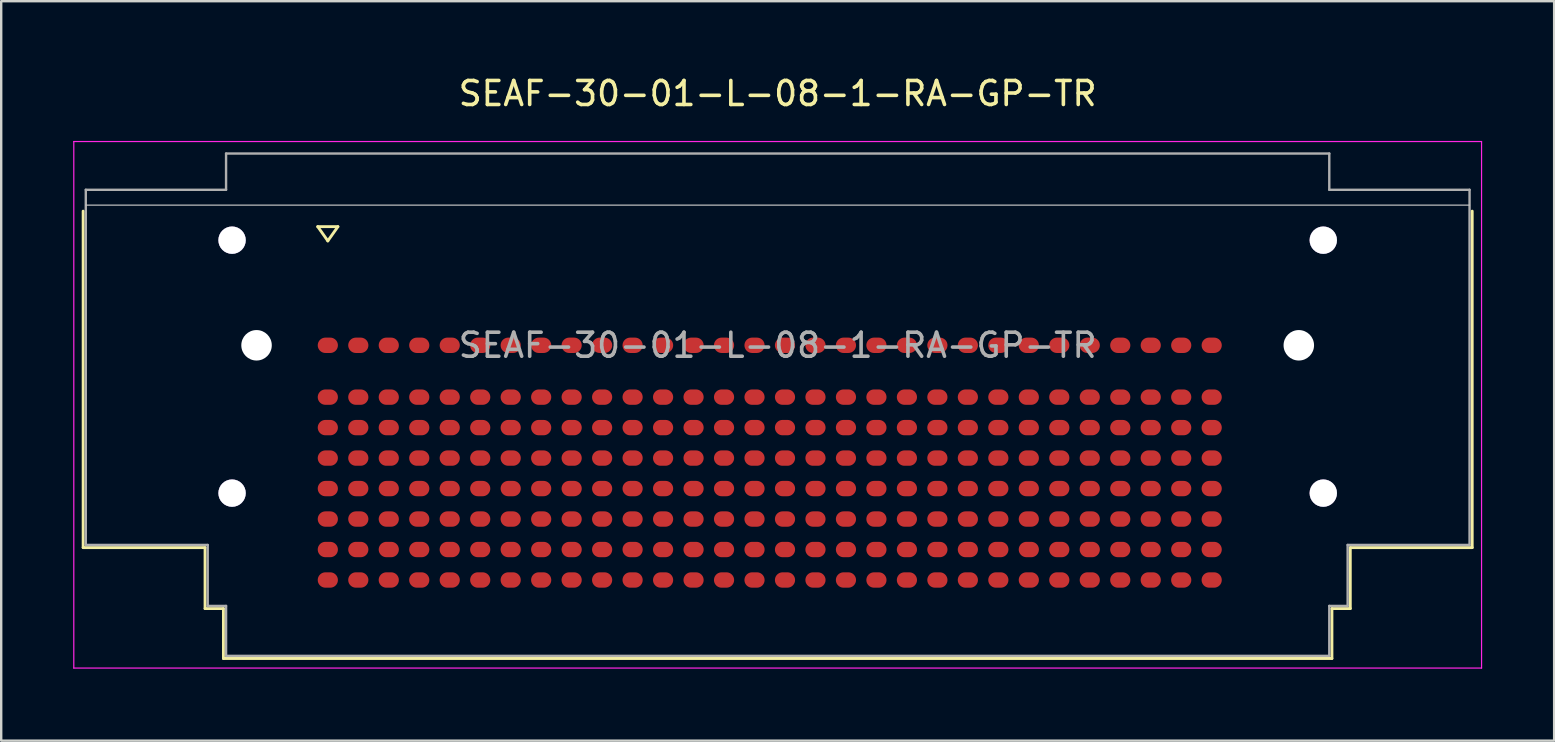
<source format=kicad_pcb>
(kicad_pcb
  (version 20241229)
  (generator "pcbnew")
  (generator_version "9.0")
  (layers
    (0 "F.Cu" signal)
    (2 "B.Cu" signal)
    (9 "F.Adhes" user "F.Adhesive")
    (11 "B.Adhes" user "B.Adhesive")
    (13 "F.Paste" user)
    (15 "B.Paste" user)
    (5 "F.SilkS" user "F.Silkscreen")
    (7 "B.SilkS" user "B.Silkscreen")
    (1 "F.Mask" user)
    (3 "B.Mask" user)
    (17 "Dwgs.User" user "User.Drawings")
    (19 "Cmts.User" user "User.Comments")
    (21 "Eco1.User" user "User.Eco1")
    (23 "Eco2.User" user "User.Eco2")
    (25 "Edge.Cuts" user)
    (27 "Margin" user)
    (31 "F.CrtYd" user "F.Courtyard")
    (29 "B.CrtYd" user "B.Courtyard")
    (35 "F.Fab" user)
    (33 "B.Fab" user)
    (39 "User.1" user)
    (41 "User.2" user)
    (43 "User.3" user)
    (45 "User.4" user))
  (footprint "SEAF-30-01-L-08-1-RA-GP-TR"
    (layer "F.Cu")
    (at 29.355 11.338)
    (property "Reference" "SEAF-30-01-L-08-1-RA-GP-TR" (at 0 -10.49 0) (layer "F.SilkS") (effects (font (size 1 1) (thickness 0.15))))
    (attr smd)
    (fp_line (start -28.94 -5.59) (end -28.94 8.43) (stroke (width 0.12) (type solid)) (layer "F.SilkS"))
    (fp_line (start -28.94 8.43) (end -23.86 8.43) (stroke (width 0.12) (type solid)) (layer "F.SilkS"))
    (fp_line (start -23.86 8.43) (end -23.86 10.97) (stroke (width 0.12) (type solid)) (layer "F.SilkS"))
    (fp_line (start -23.86 10.97) (end -23.095 10.97) (stroke (width 0.12) (type solid)) (layer "F.SilkS"))
    (fp_line (start -23.095 10.97) (end -23.095 13.05) (stroke (width 0.12) (type solid)) (layer "F.SilkS"))
    (fp_line (start -23.095 13.05) (end 23.095 13.05) (stroke (width 0.12) (type solid)) (layer "F.SilkS"))
    (fp_line (start -19.165 -4.944) (end -18.325 -4.944) (stroke (width 0.12) (type solid)) (layer "F.SilkS"))
    (fp_line (start -18.745 -4.35) (end -19.165 -4.944) (stroke (width 0.12) (type solid)) (layer "F.SilkS"))
    (fp_line (start -18.325 -4.944) (end -18.745 -4.35) (stroke (width 0.12) (type solid)) (layer "F.SilkS"))
    (fp_line (start 23.095 10.97) (end 23.86 10.97) (stroke (width 0.12) (type solid)) (layer "F.SilkS"))
    (fp_line (start 23.095 13.05) (end 23.095 10.97) (stroke (width 0.12) (type solid)) (layer "F.SilkS"))
    (fp_line (start 23.86 8.43) (end 28.94 8.43) (stroke (width 0.12) (type solid)) (layer "F.SilkS"))
    (fp_line (start 23.86 10.97) (end 23.86 8.43) (stroke (width 0.12) (type solid)) (layer "F.SilkS"))
    (fp_line (start 28.94 8.43) (end 28.94 -5.59) (stroke (width 0.12) (type solid)) (layer "F.SilkS"))
    (fp_line (start -28.83 -5.84) (end 28.83 -5.84) (stroke (width 0.05) (type solid)) (layer "Dwgs.User"))
    (fp_line (start -29.33 -8.49) (end -29.33 13.45) (stroke (width 0.05) (type solid)) (layer "F.CrtYd"))
    (fp_line (start -29.33 13.45) (end 29.33 13.45) (stroke (width 0.05) (type solid)) (layer "F.CrtYd"))
    (fp_line (start 29.33 -8.49) (end -29.33 -8.49) (stroke (width 0.05) (type solid)) (layer "F.CrtYd"))
    (fp_line (start 29.33 13.45) (end 29.33 -8.49) (stroke (width 0.05) (type solid)) (layer "F.CrtYd"))
    (fp_line (start -28.83 -6.48) (end -22.985 -6.48) (stroke (width 0.1) (type solid)) (layer "F.Fab"))
    (fp_line (start -28.83 8.32) (end -28.83 -6.48) (stroke (width 0.1) (type solid)) (layer "F.Fab"))
    (fp_line (start -23.75 8.32) (end -28.83 8.32) (stroke (width 0.1) (type solid)) (layer "F.Fab"))
    (fp_line (start -23.75 10.86) (end -23.75 8.32) (stroke (width 0.1) (type solid)) (layer "F.Fab"))
    (fp_line (start -22.985 -7.99) (end 22.985 -7.99) (stroke (width 0.1) (type solid)) (layer "F.Fab"))
    (fp_line (start -22.985 -6.48) (end -22.985 -7.99) (stroke (width 0.1) (type solid)) (layer "F.Fab"))
    (fp_line (start -22.985 10.86) (end -23.75 10.86) (stroke (width 0.1) (type solid)) (layer "F.Fab"))
    (fp_line (start -22.985 12.94) (end -22.985 10.86) (stroke (width 0.1) (type solid)) (layer "F.Fab"))
    (fp_line (start 22.985 -7.99) (end 22.985 -6.48) (stroke (width 0.1) (type solid)) (layer "F.Fab"))
    (fp_line (start 22.985 -6.48) (end 28.83 -6.48) (stroke (width 0.1) (type solid)) (layer "F.Fab"))
    (fp_line (start 22.985 10.86) (end 22.985 12.94) (stroke (width 0.1) (type solid)) (layer "F.Fab"))
    (fp_line (start 22.985 12.94) (end -22.985 12.94) (stroke (width 0.1) (type solid)) (layer "F.Fab"))
    (fp_line (start 23.75 8.32) (end 23.75 10.86) (stroke (width 0.1) (type solid)) (layer "F.Fab"))
    (fp_line (start 23.75 10.86) (end 22.985 10.86) (stroke (width 0.1) (type solid)) (layer "F.Fab"))
    (fp_line (start 28.83 -6.48) (end 28.83 8.32) (stroke (width 0.1) (type solid)) (layer "F.Fab"))
    (fp_line (start 28.83 8.32) (end 23.75 8.32) (stroke (width 0.1) (type solid)) (layer "F.Fab"))
    (fp_text user "${REFERENCE}" (at 0 0 0) (layer "F.Fab") (effects (font (size 1 1) (thickness 0.15))))
    (pad "" thru_hole circle (at -22.735 -4.38) (size 1.14 1.14) (drill 1.14) (layers "*.Cu" "*.Mask"))
    (pad "" thru_hole circle (at -22.735 6.16) (size 1.14 1.14) (drill 1.14) (layers "*.Cu" "*.Mask"))
    (pad "" np_thru_hole circle (at -21.715 0) (size 1.27 1.27) (drill 1.27) (layers "*.Cu" "*.Mask"))
    (pad "" smd oval (at -18.745 0) (size 0.98 0.89) (layers "F.Paste"))
    (pad "" smd oval (at -18.745 2.16) (size 0.98 0.89) (layers "F.Paste"))
    (pad "" smd oval (at -18.745 3.43) (size 0.98 0.89) (layers "F.Paste"))
    (pad "" smd oval (at -18.745 4.7) (size 0.98 0.89) (layers "F.Paste"))
    (pad "" smd oval (at -18.745 5.97) (size 0.98 0.89) (layers "F.Paste"))
    (pad "" smd oval (at -18.745 7.24) (size 0.98 0.89) (layers "F.Paste"))
    (pad "" smd oval (at -18.745 8.51) (size 0.98 0.89) (layers "F.Paste"))
    (pad "" smd oval (at -18.745 9.78) (size 0.98 0.89) (layers "F.Paste"))
    (pad "" smd oval (at -17.475 0) (size 0.98 0.89) (layers "F.Paste"))
    (pad "" smd oval (at -17.475 2.16) (size 0.98 0.89) (layers "F.Paste"))
    (pad "" smd oval (at -17.475 3.43) (size 0.98 0.89) (layers "F.Paste"))
    (pad "" smd oval (at -17.475 4.7) (size 0.98 0.89) (layers "F.Paste"))
    (pad "" smd oval (at -17.475 5.97) (size 0.98 0.89) (layers "F.Paste"))
    (pad "" smd oval (at -17.475 7.24) (size 0.98 0.89) (layers "F.Paste"))
    (pad "" smd oval (at -17.475 8.51) (size 0.98 0.89) (layers "F.Paste"))
    (pad "" smd oval (at -17.475 9.78) (size 0.98 0.89) (layers "F.Paste"))
    (pad "" smd oval (at -16.205 0) (size 0.98 0.89) (layers "F.Paste"))
    (pad "" smd oval (at -16.205 2.16) (size 0.98 0.89) (layers "F.Paste"))
    (pad "" smd oval (at -16.205 3.43) (size 0.98 0.89) (layers "F.Paste"))
    (pad "" smd oval (at -16.205 4.7) (size 0.98 0.89) (layers "F.Paste"))
    (pad "" smd oval (at -16.205 5.97) (size 0.98 0.89) (layers "F.Paste"))
    (pad "" smd oval (at -16.205 7.24) (size 0.98 0.89) (layers "F.Paste"))
    (pad "" smd oval (at -16.205 8.51) (size 0.98 0.89) (layers "F.Paste"))
    (pad "" smd oval (at -16.205 9.78) (size 0.98 0.89) (layers "F.Paste"))
    (pad "" smd oval (at -14.935 0) (size 0.98 0.89) (layers "F.Paste"))
    (pad "" smd oval (at -14.935 2.16) (size 0.98 0.89) (layers "F.Paste"))
    (pad "" smd oval (at -14.935 3.43) (size 0.98 0.89) (layers "F.Paste"))
    (pad "" smd oval (at -14.935 4.7) (size 0.98 0.89) (layers "F.Paste"))
    (pad "" smd oval (at -14.935 5.97) (size 0.98 0.89) (layers "F.Paste"))
    (pad "" smd oval (at -14.935 7.24) (size 0.98 0.89) (layers "F.Paste"))
    (pad "" smd oval (at -14.935 8.51) (size 0.98 0.89) (layers "F.Paste"))
    (pad "" smd oval (at -14.935 9.78) (size 0.98 0.89) (layers "F.Paste"))
    (pad "" smd oval (at -13.665 0) (size 0.98 0.89) (layers "F.Paste"))
    (pad "" smd oval (at -13.665 2.16) (size 0.98 0.89) (layers "F.Paste"))
    (pad "" smd oval (at -13.665 3.43) (size 0.98 0.89) (layers "F.Paste"))
    (pad "" smd oval (at -13.665 4.7) (size 0.98 0.89) (layers "F.Paste"))
    (pad "" smd oval (at -13.665 5.97) (size 0.98 0.89) (layers "F.Paste"))
    (pad "" smd oval (at -13.665 7.24) (size 0.98 0.89) (layers "F.Paste"))
    (pad "" smd oval (at -13.665 8.51) (size 0.98 0.89) (layers "F.Paste"))
    (pad "" smd oval (at -13.665 9.78) (size 0.98 0.89) (layers "F.Paste"))
    (pad "" smd oval (at -12.395 0) (size 0.98 0.89) (layers "F.Paste"))
    (pad "" smd oval (at -12.395 2.16) (size 0.98 0.89) (layers "F.Paste"))
    (pad "" smd oval (at -12.395 3.43) (size 0.98 0.89) (layers "F.Paste"))
    (pad "" smd oval (at -12.395 4.7) (size 0.98 0.89) (layers "F.Paste"))
    (pad "" smd oval (at -12.395 5.97) (size 0.98 0.89) (layers "F.Paste"))
    (pad "" smd oval (at -12.395 7.24) (size 0.98 0.89) (layers "F.Paste"))
    (pad "" smd oval (at -12.395 8.51) (size 0.98 0.89) (layers "F.Paste"))
    (pad "" smd oval (at -12.395 9.78) (size 0.98 0.89) (layers "F.Paste"))
    (pad "" smd oval (at -11.125 0) (size 0.98 0.89) (layers "F.Paste"))
    (pad "" smd oval (at -11.125 2.16) (size 0.98 0.89) (layers "F.Paste"))
    (pad "" smd oval (at -11.125 3.43) (size 0.98 0.89) (layers "F.Paste"))
    (pad "" smd oval (at -11.125 4.7) (size 0.98 0.89) (layers "F.Paste"))
    (pad "" smd oval (at -11.125 5.97) (size 0.98 0.89) (layers "F.Paste"))
    (pad "" smd oval (at -11.125 7.24) (size 0.98 0.89) (layers "F.Paste"))
    (pad "" smd oval (at -11.125 8.51) (size 0.98 0.89) (layers "F.Paste"))
    (pad "" smd oval (at -11.125 9.78) (size 0.98 0.89) (layers "F.Paste"))
    (pad "" smd oval (at -9.855 0) (size 0.98 0.89) (layers "F.Paste"))
    (pad "" smd oval (at -9.855 2.16) (size 0.98 0.89) (layers "F.Paste"))
    (pad "" smd oval (at -9.855 3.43) (size 0.98 0.89) (layers "F.Paste"))
    (pad "" smd oval (at -9.855 4.7) (size 0.98 0.89) (layers "F.Paste"))
    (pad "" smd oval (at -9.855 5.97) (size 0.98 0.89) (layers "F.Paste"))
    (pad "" smd oval (at -9.855 7.24) (size 0.98 0.89) (layers "F.Paste"))
    (pad "" smd oval (at -9.855 8.51) (size 0.98 0.89) (layers "F.Paste"))
    (pad "" smd oval (at -9.855 9.78) (size 0.98 0.89) (layers "F.Paste"))
    (pad "" smd oval (at -8.585 0) (size 0.98 0.89) (layers "F.Paste"))
    (pad "" smd oval (at -8.585 2.16) (size 0.98 0.89) (layers "F.Paste"))
    (pad "" smd oval (at -8.585 3.43) (size 0.98 0.89) (layers "F.Paste"))
    (pad "" smd oval (at -8.585 4.7) (size 0.98 0.89) (layers "F.Paste"))
    (pad "" smd oval (at -8.585 5.97) (size 0.98 0.89) (layers "F.Paste"))
    (pad "" smd oval (at -8.585 7.24) (size 0.98 0.89) (layers "F.Paste"))
    (pad "" smd oval (at -8.585 8.51) (size 0.98 0.89) (layers "F.Paste"))
    (pad "" smd oval (at -8.585 9.78) (size 0.98 0.89) (layers "F.Paste"))
    (pad "" smd oval (at -7.315 0) (size 0.98 0.89) (layers "F.Paste"))
    (pad "" smd oval (at -7.315 2.16) (size 0.98 0.89) (layers "F.Paste"))
    (pad "" smd oval (at -7.315 3.43) (size 0.98 0.89) (layers "F.Paste"))
    (pad "" smd oval (at -7.315 4.7) (size 0.98 0.89) (layers "F.Paste"))
    (pad "" smd oval (at -7.315 5.97) (size 0.98 0.89) (layers "F.Paste"))
    (pad "" smd oval (at -7.315 7.24) (size 0.98 0.89) (layers "F.Paste"))
    (pad "" smd oval (at -7.315 8.51) (size 0.98 0.89) (layers "F.Paste"))
    (pad "" smd oval (at -7.315 9.78) (size 0.98 0.89) (layers "F.Paste"))
    (pad "" smd oval (at -6.045 0) (size 0.98 0.89) (layers "F.Paste"))
    (pad "" smd oval (at -6.045 2.16) (size 0.98 0.89) (layers "F.Paste"))
    (pad "" smd oval (at -6.045 3.43) (size 0.98 0.89) (layers "F.Paste"))
    (pad "" smd oval (at -6.045 4.7) (size 0.98 0.89) (layers "F.Paste"))
    (pad "" smd oval (at -6.045 5.97) (size 0.98 0.89) (layers "F.Paste"))
    (pad "" smd oval (at -6.045 7.24) (size 0.98 0.89) (layers "F.Paste"))
    (pad "" smd oval (at -6.045 8.51) (size 0.98 0.89) (layers "F.Paste"))
    (pad "" smd oval (at -6.045 9.78) (size 0.98 0.89) (layers "F.Paste"))
    (pad "" smd oval (at -4.775 0) (size 0.98 0.89) (layers "F.Paste"))
    (pad "" smd oval (at -4.775 2.16) (size 0.98 0.89) (layers "F.Paste"))
    (pad "" smd oval (at -4.775 3.43) (size 0.98 0.89) (layers "F.Paste"))
    (pad "" smd oval (at -4.775 4.7) (size 0.98 0.89) (layers "F.Paste"))
    (pad "" smd oval (at -4.775 5.97) (size 0.98 0.89) (layers "F.Paste"))
    (pad "" smd oval (at -4.775 7.24) (size 0.98 0.89) (layers "F.Paste"))
    (pad "" smd oval (at -4.775 8.51) (size 0.98 0.89) (layers "F.Paste"))
    (pad "" smd oval (at -4.775 9.78) (size 0.98 0.89) (layers "F.Paste"))
    (pad "" smd oval (at -3.505 0) (size 0.98 0.89) (layers "F.Paste"))
    (pad "" smd oval (at -3.505 2.16) (size 0.98 0.89) (layers "F.Paste"))
    (pad "" smd oval (at -3.505 3.43) (size 0.98 0.89) (layers "F.Paste"))
    (pad "" smd oval (at -3.505 4.7) (size 0.98 0.89) (layers "F.Paste"))
    (pad "" smd oval (at -3.505 5.97) (size 0.98 0.89) (layers "F.Paste"))
    (pad "" smd oval (at -3.505 7.24) (size 0.98 0.89) (layers "F.Paste"))
    (pad "" smd oval (at -3.505 8.51) (size 0.98 0.89) (layers "F.Paste"))
    (pad "" smd oval (at -3.505 9.78) (size 0.98 0.89) (layers "F.Paste"))
    (pad "" smd oval (at -2.235 0) (size 0.98 0.89) (layers "F.Paste"))
    (pad "" smd oval (at -2.235 2.16) (size 0.98 0.89) (layers "F.Paste"))
    (pad "" smd oval (at -2.235 3.43) (size 0.98 0.89) (layers "F.Paste"))
    (pad "" smd oval (at -2.235 4.7) (size 0.98 0.89) (layers "F.Paste"))
    (pad "" smd oval (at -2.235 5.97) (size 0.98 0.89) (layers "F.Paste"))
    (pad "" smd oval (at -2.235 7.24) (size 0.98 0.89) (layers "F.Paste"))
    (pad "" smd oval (at -2.235 8.51) (size 0.98 0.89) (layers "F.Paste"))
    (pad "" smd oval (at -2.235 9.78) (size 0.98 0.89) (layers "F.Paste"))
    (pad "" smd oval (at -0.965 0) (size 0.98 0.89) (layers "F.Paste"))
    (pad "" smd oval (at -0.965 2.16) (size 0.98 0.89) (layers "F.Paste"))
    (pad "" smd oval (at -0.965 3.43) (size 0.98 0.89) (layers "F.Paste"))
    (pad "" smd oval (at -0.965 4.7) (size 0.98 0.89) (layers "F.Paste"))
    (pad "" smd oval (at -0.965 5.97) (size 0.98 0.89) (layers "F.Paste"))
    (pad "" smd oval (at -0.965 7.24) (size 0.98 0.89) (layers "F.Paste"))
    (pad "" smd oval (at -0.965 8.51) (size 0.98 0.89) (layers "F.Paste"))
    (pad "" smd oval (at -0.965 9.78) (size 0.98 0.89) (layers "F.Paste"))
    (pad "" smd oval (at 0.305 0) (size 0.98 0.89) (layers "F.Paste"))
    (pad "" smd oval (at 0.305 2.16) (size 0.98 0.89) (layers "F.Paste"))
    (pad "" smd oval (at 0.305 3.43) (size 0.98 0.89) (layers "F.Paste"))
    (pad "" smd oval (at 0.305 4.7) (size 0.98 0.89) (layers "F.Paste"))
    (pad "" smd oval (at 0.305 5.97) (size 0.98 0.89) (layers "F.Paste"))
    (pad "" smd oval (at 0.305 7.24) (size 0.98 0.89) (layers "F.Paste"))
    (pad "" smd oval (at 0.305 8.51) (size 0.98 0.89) (layers "F.Paste"))
    (pad "" smd oval (at 0.305 9.78) (size 0.98 0.89) (layers "F.Paste"))
    (pad "" smd oval (at 1.575 0) (size 0.98 0.89) (layers "F.Paste"))
    (pad "" smd oval (at 1.575 2.16) (size 0.98 0.89) (layers "F.Paste"))
    (pad "" smd oval (at 1.575 3.43) (size 0.98 0.89) (layers "F.Paste"))
    (pad "" smd oval (at 1.575 4.7) (size 0.98 0.89) (layers "F.Paste"))
    (pad "" smd oval (at 1.575 5.97) (size 0.98 0.89) (layers "F.Paste"))
    (pad "" smd oval (at 1.575 7.24) (size 0.98 0.89) (layers "F.Paste"))
    (pad "" smd oval (at 1.575 8.51) (size 0.98 0.89) (layers "F.Paste"))
    (pad "" smd oval (at 1.575 9.78) (size 0.98 0.89) (layers "F.Paste"))
    (pad "" smd oval (at 2.845 0) (size 0.98 0.89) (layers "F.Paste"))
    (pad "" smd oval (at 2.845 2.16) (size 0.98 0.89) (layers "F.Paste"))
    (pad "" smd oval (at 2.845 3.43) (size 0.98 0.89) (layers "F.Paste"))
    (pad "" smd oval (at 2.845 4.7) (size 0.98 0.89) (layers "F.Paste"))
    (pad "" smd oval (at 2.845 5.97) (size 0.98 0.89) (layers "F.Paste"))
    (pad "" smd oval (at 2.845 7.24) (size 0.98 0.89) (layers "F.Paste"))
    (pad "" smd oval (at 2.845 8.51) (size 0.98 0.89) (layers "F.Paste"))
    (pad "" smd oval (at 2.845 9.78) (size 0.98 0.89) (layers "F.Paste"))
    (pad "" smd oval (at 4.115 0) (size 0.98 0.89) (layers "F.Paste"))
    (pad "" smd oval (at 4.115 2.16) (size 0.98 0.89) (layers "F.Paste"))
    (pad "" smd oval (at 4.115 3.43) (size 0.98 0.89) (layers "F.Paste"))
    (pad "" smd oval (at 4.115 4.7) (size 0.98 0.89) (layers "F.Paste"))
    (pad "" smd oval (at 4.115 5.97) (size 0.98 0.89) (layers "F.Paste"))
    (pad "" smd oval (at 4.115 7.24) (size 0.98 0.89) (layers "F.Paste"))
    (pad "" smd oval (at 4.115 8.51) (size 0.98 0.89) (layers "F.Paste"))
    (pad "" smd oval (at 4.115 9.78) (size 0.98 0.89) (layers "F.Paste"))
    (pad "" smd oval (at 5.385 0) (size 0.98 0.89) (layers "F.Paste"))
    (pad "" smd oval (at 5.385 2.16) (size 0.98 0.89) (layers "F.Paste"))
    (pad "" smd oval (at 5.385 3.43) (size 0.98 0.89) (layers "F.Paste"))
    (pad "" smd oval (at 5.385 4.7) (size 0.98 0.89) (layers "F.Paste"))
    (pad "" smd oval (at 5.385 5.97) (size 0.98 0.89) (layers "F.Paste"))
    (pad "" smd oval (at 5.385 7.24) (size 0.98 0.89) (layers "F.Paste"))
    (pad "" smd oval (at 5.385 8.51) (size 0.98 0.89) (layers "F.Paste"))
    (pad "" smd oval (at 5.385 9.78) (size 0.98 0.89) (layers "F.Paste"))
    (pad "" smd oval (at 6.655 0) (size 0.98 0.89) (layers "F.Paste"))
    (pad "" smd oval (at 6.655 2.16) (size 0.98 0.89) (layers "F.Paste"))
    (pad "" smd oval (at 6.655 3.43) (size 0.98 0.89) (layers "F.Paste"))
    (pad "" smd oval (at 6.655 4.7) (size 0.98 0.89) (layers "F.Paste"))
    (pad "" smd oval (at 6.655 5.97) (size 0.98 0.89) (layers "F.Paste"))
    (pad "" smd oval (at 6.655 7.24) (size 0.98 0.89) (layers "F.Paste"))
    (pad "" smd oval (at 6.655 8.51) (size 0.98 0.89) (layers "F.Paste"))
    (pad "" smd oval (at 6.655 9.78) (size 0.98 0.89) (layers "F.Paste"))
    (pad "" smd oval (at 7.925 0) (size 0.98 0.89) (layers "F.Paste"))
    (pad "" smd oval (at 7.925 2.16) (size 0.98 0.89) (layers "F.Paste"))
    (pad "" smd oval (at 7.925 3.43) (size 0.98 0.89) (layers "F.Paste"))
    (pad "" smd oval (at 7.925 4.7) (size 0.98 0.89) (layers "F.Paste"))
    (pad "" smd oval (at 7.925 5.97) (size 0.98 0.89) (layers "F.Paste"))
    (pad "" smd oval (at 7.925 7.24) (size 0.98 0.89) (layers "F.Paste"))
    (pad "" smd oval (at 7.925 8.51) (size 0.98 0.89) (layers "F.Paste"))
    (pad "" smd oval (at 7.925 9.78) (size 0.98 0.89) (layers "F.Paste"))
    (pad "" smd oval (at 9.195 0) (size 0.98 0.89) (layers "F.Paste"))
    (pad "" smd oval (at 9.195 2.16) (size 0.98 0.89) (layers "F.Paste"))
    (pad "" smd oval (at 9.195 3.43) (size 0.98 0.89) (layers "F.Paste"))
    (pad "" smd oval (at 9.195 4.7) (size 0.98 0.89) (layers "F.Paste"))
    (pad "" smd oval (at 9.195 5.97) (size 0.98 0.89) (layers "F.Paste"))
    (pad "" smd oval (at 9.195 7.24) (size 0.98 0.89) (layers "F.Paste"))
    (pad "" smd oval (at 9.195 8.51) (size 0.98 0.89) (layers "F.Paste"))
    (pad "" smd oval (at 9.195 9.78) (size 0.98 0.89) (layers "F.Paste"))
    (pad "" smd oval (at 10.465 0) (size 0.98 0.89) (layers "F.Paste"))
    (pad "" smd oval (at 10.465 2.16) (size 0.98 0.89) (layers "F.Paste"))
    (pad "" smd oval (at 10.465 3.43) (size 0.98 0.89) (layers "F.Paste"))
    (pad "" smd oval (at 10.465 4.7) (size 0.98 0.89) (layers "F.Paste"))
    (pad "" smd oval (at 10.465 5.97) (size 0.98 0.89) (layers "F.Paste"))
    (pad "" smd oval (at 10.465 7.24) (size 0.98 0.89) (layers "F.Paste"))
    (pad "" smd oval (at 10.465 8.51) (size 0.98 0.89) (layers "F.Paste"))
    (pad "" smd oval (at 10.465 9.78) (size 0.98 0.89) (layers "F.Paste"))
    (pad "" smd oval (at 11.735 0) (size 0.98 0.89) (layers "F.Paste"))
    (pad "" smd oval (at 11.735 2.16) (size 0.98 0.89) (layers "F.Paste"))
    (pad "" smd oval (at 11.735 3.43) (size 0.98 0.89) (layers "F.Paste"))
    (pad "" smd oval (at 11.735 4.7) (size 0.98 0.89) (layers "F.Paste"))
    (pad "" smd oval (at 11.735 5.97) (size 0.98 0.89) (layers "F.Paste"))
    (pad "" smd oval (at 11.735 7.24) (size 0.98 0.89) (layers "F.Paste"))
    (pad "" smd oval (at 11.735 8.51) (size 0.98 0.89) (layers "F.Paste"))
    (pad "" smd oval (at 11.735 9.78) (size 0.98 0.89) (layers "F.Paste"))
    (pad "" smd oval (at 13.005 0) (size 0.98 0.89) (layers "F.Paste"))
    (pad "" smd oval (at 13.005 2.16) (size 0.98 0.89) (layers "F.Paste"))
    (pad "" smd oval (at 13.005 3.43) (size 0.98 0.89) (layers "F.Paste"))
    (pad "" smd oval (at 13.005 4.7) (size 0.98 0.89) (layers "F.Paste"))
    (pad "" smd oval (at 13.005 5.97) (size 0.98 0.89) (layers "F.Paste"))
    (pad "" smd oval (at 13.005 7.24) (size 0.98 0.89) (layers "F.Paste"))
    (pad "" smd oval (at 13.005 8.51) (size 0.98 0.89) (layers "F.Paste"))
    (pad "" smd oval (at 13.005 9.78) (size 0.98 0.89) (layers "F.Paste"))
    (pad "" smd oval (at 14.275 0) (size 0.98 0.89) (layers "F.Paste"))
    (pad "" smd oval (at 14.275 2.16) (size 0.98 0.89) (layers "F.Paste"))
    (pad "" smd oval (at 14.275 3.43) (size 0.98 0.89) (layers "F.Paste"))
    (pad "" smd oval (at 14.275 4.7) (size 0.98 0.89) (layers "F.Paste"))
    (pad "" smd oval (at 14.275 5.97) (size 0.98 0.89) (layers "F.Paste"))
    (pad "" smd oval (at 14.275 7.24) (size 0.98 0.89) (layers "F.Paste"))
    (pad "" smd oval (at 14.275 8.51) (size 0.98 0.89) (layers "F.Paste"))
    (pad "" smd oval (at 14.275 9.78) (size 0.98 0.89) (layers "F.Paste"))
    (pad "" smd oval (at 15.545 0) (size 0.98 0.89) (layers "F.Paste"))
    (pad "" smd oval (at 15.545 2.16) (size 0.98 0.89) (layers "F.Paste"))
    (pad "" smd oval (at 15.545 3.43) (size 0.98 0.89) (layers "F.Paste"))
    (pad "" smd oval (at 15.545 4.7) (size 0.98 0.89) (layers "F.Paste"))
    (pad "" smd oval (at 15.545 5.97) (size 0.98 0.89) (layers "F.Paste"))
    (pad "" smd oval (at 15.545 7.24) (size 0.98 0.89) (layers "F.Paste"))
    (pad "" smd oval (at 15.545 8.51) (size 0.98 0.89) (layers "F.Paste"))
    (pad "" smd oval (at 15.545 9.78) (size 0.98 0.89) (layers "F.Paste"))
    (pad "" smd oval (at 16.815 0) (size 0.98 0.89) (layers "F.Paste"))
    (pad "" smd oval (at 16.815 2.16) (size 0.98 0.89) (layers "F.Paste"))
    (pad "" smd oval (at 16.815 3.43) (size 0.98 0.89) (layers "F.Paste"))
    (pad "" smd oval (at 16.815 4.7) (size 0.98 0.89) (layers "F.Paste"))
    (pad "" smd oval (at 16.815 5.97) (size 0.98 0.89) (layers "F.Paste"))
    (pad "" smd oval (at 16.815 7.24) (size 0.98 0.89) (layers "F.Paste"))
    (pad "" smd oval (at 16.815 8.51) (size 0.98 0.89) (layers "F.Paste"))
    (pad "" smd oval (at 16.815 9.78) (size 0.98 0.89) (layers "F.Paste"))
    (pad "" smd oval (at 18.085 0) (size 0.98 0.89) (layers "F.Paste"))
    (pad "" smd oval (at 18.085 2.16) (size 0.98 0.89) (layers "F.Paste"))
    (pad "" smd oval (at 18.085 3.43) (size 0.98 0.89) (layers "F.Paste"))
    (pad "" smd oval (at 18.085 4.7) (size 0.98 0.89) (layers "F.Paste"))
    (pad "" smd oval (at 18.085 5.97) (size 0.98 0.89) (layers "F.Paste"))
    (pad "" smd oval (at 18.085 7.24) (size 0.98 0.89) (layers "F.Paste"))
    (pad "" smd oval (at 18.085 8.51) (size 0.98 0.89) (layers "F.Paste"))
    (pad "" smd oval (at 18.085 9.78) (size 0.98 0.89) (layers "F.Paste"))
    (pad "" np_thru_hole circle (at 21.715 0) (size 1.27 1.27) (drill 1.27) (layers "*.Cu" "*.Mask"))
    (pad "" thru_hole circle (at 22.735 -4.38) (size 1.14 1.14) (drill 1.14) (layers "*.Cu" "*.Mask"))
    (pad "" thru_hole circle (at 22.735 6.16) (size 1.14 1.14) (drill 1.14) (layers "*.Cu" "*.Mask"))
    (pad "A1" smd oval (at -18.745 0) (size 0.84 0.64) (layers "F.Cu" "F.Mask"))
    (pad "A2" smd oval (at -17.475 0) (size 0.84 0.64) (layers "F.Cu" "F.Mask"))
    (pad "A3" smd oval (at -16.205 0) (size 0.84 0.64) (layers "F.Cu" "F.Mask"))
    (pad "A4" smd oval (at -14.935 0) (size 0.84 0.64) (layers "F.Cu" "F.Mask"))
    (pad "A5" smd oval (at -13.665 0) (size 0.84 0.64) (layers "F.Cu" "F.Mask"))
    (pad "A6" smd oval (at -12.395 0) (size 0.84 0.64) (layers "F.Cu" "F.Mask"))
    (pad "A7" smd oval (at -11.125 0) (size 0.84 0.64) (layers "F.Cu" "F.Mask"))
    (pad "A8" smd oval (at -9.855 0) (size 0.84 0.64) (layers "F.Cu" "F.Mask"))
    (pad "A9" smd oval (at -8.585 0) (size 0.84 0.64) (layers "F.Cu" "F.Mask"))
    (pad "A10" smd oval (at -7.315 0) (size 0.84 0.64) (layers "F.Cu" "F.Mask"))
    (pad "A11" smd oval (at -6.045 0) (size 0.84 0.64) (layers "F.Cu" "F.Mask"))
    (pad "A12" smd oval (at -4.775 0) (size 0.84 0.64) (layers "F.Cu" "F.Mask"))
    (pad "A13" smd oval (at -3.505 0) (size 0.84 0.64) (layers "F.Cu" "F.Mask"))
    (pad "A14" smd oval (at -2.235 0) (size 0.84 0.64) (layers "F.Cu" "F.Mask"))
    (pad "A15" smd oval (at -0.965 0) (size 0.84 0.64) (layers "F.Cu" "F.Mask"))
    (pad "A16" smd oval (at 0.305 0) (size 0.84 0.64) (layers "F.Cu" "F.Mask"))
    (pad "A17" smd oval (at 1.575 0) (size 0.84 0.64) (layers "F.Cu" "F.Mask"))
    (pad "A18" smd oval (at 2.845 0) (size 0.84 0.64) (layers "F.Cu" "F.Mask"))
    (pad "A19" smd oval (at 4.115 0) (size 0.84 0.64) (layers "F.Cu" "F.Mask"))
    (pad "A20" smd oval (at 5.385 0) (size 0.84 0.64) (layers "F.Cu" "F.Mask"))
    (pad "A21" smd oval (at 6.655 0) (size 0.84 0.64) (layers "F.Cu" "F.Mask"))
    (pad "A22" smd oval (at 7.925 0) (size 0.84 0.64) (layers "F.Cu" "F.Mask"))
    (pad "A23" smd oval (at 9.195 0) (size 0.84 0.64) (layers "F.Cu" "F.Mask"))
    (pad "A24" smd oval (at 10.465 0) (size 0.84 0.64) (layers "F.Cu" "F.Mask"))
    (pad "A25" smd oval (at 11.735 0) (size 0.84 0.64) (layers "F.Cu" "F.Mask"))
    (pad "A26" smd oval (at 13.005 0) (size 0.84 0.64) (layers "F.Cu" "F.Mask"))
    (pad "A27" smd oval (at 14.275 0) (size 0.84 0.64) (layers "F.Cu" "F.Mask"))
    (pad "A28" smd oval (at 15.545 0) (size 0.84 0.64) (layers "F.Cu" "F.Mask"))
    (pad "A29" smd oval (at 16.815 0) (size 0.84 0.64) (layers "F.Cu" "F.Mask"))
    (pad "A30" smd oval (at 18.085 0) (size 0.84 0.64) (layers "F.Cu" "F.Mask"))
    (pad "B1" smd oval (at -18.745 2.16) (size 0.84 0.64) (layers "F.Cu" "F.Mask"))
    (pad "B2" smd oval (at -17.475 2.16) (size 0.84 0.64) (layers "F.Cu" "F.Mask"))
    (pad "B3" smd oval (at -16.205 2.16) (size 0.84 0.64) (layers "F.Cu" "F.Mask"))
    (pad "B4" smd oval (at -14.935 2.16) (size 0.84 0.64) (layers "F.Cu" "F.Mask"))
    (pad "B5" smd oval (at -13.665 2.16) (size 0.84 0.64) (layers "F.Cu" "F.Mask"))
    (pad "B6" smd oval (at -12.395 2.16) (size 0.84 0.64) (layers "F.Cu" "F.Mask"))
    (pad "B7" smd oval (at -11.125 2.16) (size 0.84 0.64) (layers "F.Cu" "F.Mask"))
    (pad "B8" smd oval (at -9.855 2.16) (size 0.84 0.64) (layers "F.Cu" "F.Mask"))
    (pad "B9" smd oval (at -8.585 2.16) (size 0.84 0.64) (layers "F.Cu" "F.Mask"))
    (pad "B10" smd oval (at -7.315 2.16) (size 0.84 0.64) (layers "F.Cu" "F.Mask"))
    (pad "B11" smd oval (at -6.045 2.16) (size 0.84 0.64) (layers "F.Cu" "F.Mask"))
    (pad "B12" smd oval (at -4.775 2.16) (size 0.84 0.64) (layers "F.Cu" "F.Mask"))
    (pad "B13" smd oval (at -3.505 2.16) (size 0.84 0.64) (layers "F.Cu" "F.Mask"))
    (pad "B14" smd oval (at -2.235 2.16) (size 0.84 0.64) (layers "F.Cu" "F.Mask"))
    (pad "B15" smd oval (at -0.965 2.16) (size 0.84 0.64) (layers "F.Cu" "F.Mask"))
    (pad "B16" smd oval (at 0.305 2.16) (size 0.84 0.64) (layers "F.Cu" "F.Mask"))
    (pad "B17" smd oval (at 1.575 2.16) (size 0.84 0.64) (layers "F.Cu" "F.Mask"))
    (pad "B18" smd oval (at 2.845 2.16) (size 0.84 0.64) (layers "F.Cu" "F.Mask"))
    (pad "B19" smd oval (at 4.115 2.16) (size 0.84 0.64) (layers "F.Cu" "F.Mask"))
    (pad "B20" smd oval (at 5.385 2.16) (size 0.84 0.64) (layers "F.Cu" "F.Mask"))
    (pad "B21" smd oval (at 6.655 2.16) (size 0.84 0.64) (layers "F.Cu" "F.Mask"))
    (pad "B22" smd oval (at 7.925 2.16) (size 0.84 0.64) (layers "F.Cu" "F.Mask"))
    (pad "B23" smd oval (at 9.195 2.16) (size 0.84 0.64) (layers "F.Cu" "F.Mask"))
    (pad "B24" smd oval (at 10.465 2.16) (size 0.84 0.64) (layers "F.Cu" "F.Mask"))
    (pad "B25" smd oval (at 11.735 2.16) (size 0.84 0.64) (layers "F.Cu" "F.Mask"))
    (pad "B26" smd oval (at 13.005 2.16) (size 0.84 0.64) (layers "F.Cu" "F.Mask"))
    (pad "B27" smd oval (at 14.275 2.16) (size 0.84 0.64) (layers "F.Cu" "F.Mask"))
    (pad "B28" smd oval (at 15.545 2.16) (size 0.84 0.64) (layers "F.Cu" "F.Mask"))
    (pad "B29" smd oval (at 16.815 2.16) (size 0.84 0.64) (layers "F.Cu" "F.Mask"))
    (pad "B30" smd oval (at 18.085 2.16) (size 0.84 0.64) (layers "F.Cu" "F.Mask"))
    (pad "C1" smd oval (at -18.745 3.43) (size 0.84 0.64) (layers "F.Cu" "F.Mask"))
    (pad "C2" smd oval (at -17.475 3.43) (size 0.84 0.64) (layers "F.Cu" "F.Mask"))
    (pad "C3" smd oval (at -16.205 3.43) (size 0.84 0.64) (layers "F.Cu" "F.Mask"))
    (pad "C4" smd oval (at -14.935 3.43) (size 0.84 0.64) (layers "F.Cu" "F.Mask"))
    (pad "C5" smd oval (at -13.665 3.43) (size 0.84 0.64) (layers "F.Cu" "F.Mask"))
    (pad "C6" smd oval (at -12.395 3.43) (size 0.84 0.64) (layers "F.Cu" "F.Mask"))
    (pad "C7" smd oval (at -11.125 3.43) (size 0.84 0.64) (layers "F.Cu" "F.Mask"))
    (pad "C8" smd oval (at -9.855 3.43) (size 0.84 0.64) (layers "F.Cu" "F.Mask"))
    (pad "C9" smd oval (at -8.585 3.43) (size 0.84 0.64) (layers "F.Cu" "F.Mask"))
    (pad "C10" smd oval (at -7.315 3.43) (size 0.84 0.64) (layers "F.Cu" "F.Mask"))
    (pad "C11" smd oval (at -6.045 3.43) (size 0.84 0.64) (layers "F.Cu" "F.Mask"))
    (pad "C12" smd oval (at -4.775 3.43) (size 0.84 0.64) (layers "F.Cu" "F.Mask"))
    (pad "C13" smd oval (at -3.505 3.43) (size 0.84 0.64) (layers "F.Cu" "F.Mask"))
    (pad "C14" smd oval (at -2.235 3.43) (size 0.84 0.64) (layers "F.Cu" "F.Mask"))
    (pad "C15" smd oval (at -0.965 3.43) (size 0.84 0.64) (layers "F.Cu" "F.Mask"))
    (pad "C16" smd oval (at 0.305 3.43) (size 0.84 0.64) (layers "F.Cu" "F.Mask"))
    (pad "C17" smd oval (at 1.575 3.43) (size 0.84 0.64) (layers "F.Cu" "F.Mask"))
    (pad "C18" smd oval (at 2.845 3.43) (size 0.84 0.64) (layers "F.Cu" "F.Mask"))
    (pad "C19" smd oval (at 4.115 3.43) (size 0.84 0.64) (layers "F.Cu" "F.Mask"))
    (pad "C20" smd oval (at 5.385 3.43) (size 0.84 0.64) (layers "F.Cu" "F.Mask"))
    (pad "C21" smd oval (at 6.655 3.43) (size 0.84 0.64) (layers "F.Cu" "F.Mask"))
    (pad "C22" smd oval (at 7.925 3.43) (size 0.84 0.64) (layers "F.Cu" "F.Mask"))
    (pad "C23" smd oval (at 9.195 3.43) (size 0.84 0.64) (layers "F.Cu" "F.Mask"))
    (pad "C24" smd oval (at 10.465 3.43) (size 0.84 0.64) (layers "F.Cu" "F.Mask"))
    (pad "C25" smd oval (at 11.735 3.43) (size 0.84 0.64) (layers "F.Cu" "F.Mask"))
    (pad "C26" smd oval (at 13.005 3.43) (size 0.84 0.64) (layers "F.Cu" "F.Mask"))
    (pad "C27" smd oval (at 14.275 3.43) (size 0.84 0.64) (layers "F.Cu" "F.Mask"))
    (pad "C28" smd oval (at 15.545 3.43) (size 0.84 0.64) (layers "F.Cu" "F.Mask"))
    (pad "C29" smd oval (at 16.815 3.43) (size 0.84 0.64) (layers "F.Cu" "F.Mask"))
    (pad "C30" smd oval (at 18.085 3.43) (size 0.84 0.64) (layers "F.Cu" "F.Mask"))
    (pad "D1" smd oval (at -18.745 4.7) (size 0.84 0.64) (layers "F.Cu" "F.Mask"))
    (pad "D2" smd oval (at -17.475 4.7) (size 0.84 0.64) (layers "F.Cu" "F.Mask"))
    (pad "D3" smd oval (at -16.205 4.7) (size 0.84 0.64) (layers "F.Cu" "F.Mask"))
    (pad "D4" smd oval (at -14.935 4.7) (size 0.84 0.64) (layers "F.Cu" "F.Mask"))
    (pad "D5" smd oval (at -13.665 4.7) (size 0.84 0.64) (layers "F.Cu" "F.Mask"))
    (pad "D6" smd oval (at -12.395 4.7) (size 0.84 0.64) (layers "F.Cu" "F.Mask"))
    (pad "D7" smd oval (at -11.125 4.7) (size 0.84 0.64) (layers "F.Cu" "F.Mask"))
    (pad "D8" smd oval (at -9.855 4.7) (size 0.84 0.64) (layers "F.Cu" "F.Mask"))
    (pad "D9" smd oval (at -8.585 4.7) (size 0.84 0.64) (layers "F.Cu" "F.Mask"))
    (pad "D10" smd oval (at -7.315 4.7) (size 0.84 0.64) (layers "F.Cu" "F.Mask"))
    (pad "D11" smd oval (at -6.045 4.7) (size 0.84 0.64) (layers "F.Cu" "F.Mask"))
    (pad "D12" smd oval (at -4.775 4.7) (size 0.84 0.64) (layers "F.Cu" "F.Mask"))
    (pad "D13" smd oval (at -3.505 4.7) (size 0.84 0.64) (layers "F.Cu" "F.Mask"))
    (pad "D14" smd oval (at -2.235 4.7) (size 0.84 0.64) (layers "F.Cu" "F.Mask"))
    (pad "D15" smd oval (at -0.965 4.7) (size 0.84 0.64) (layers "F.Cu" "F.Mask"))
    (pad "D16" smd oval (at 0.305 4.7) (size 0.84 0.64) (layers "F.Cu" "F.Mask"))
    (pad "D17" smd oval (at 1.575 4.7) (size 0.84 0.64) (layers "F.Cu" "F.Mask"))
    (pad "D18" smd oval (at 2.845 4.7) (size 0.84 0.64) (layers "F.Cu" "F.Mask"))
    (pad "D19" smd oval (at 4.115 4.7) (size 0.84 0.64) (layers "F.Cu" "F.Mask"))
    (pad "D20" smd oval (at 5.385 4.7) (size 0.84 0.64) (layers "F.Cu" "F.Mask"))
    (pad "D21" smd oval (at 6.655 4.7) (size 0.84 0.64) (layers "F.Cu" "F.Mask"))
    (pad "D22" smd oval (at 7.925 4.7) (size 0.84 0.64) (layers "F.Cu" "F.Mask"))
    (pad "D23" smd oval (at 9.195 4.7) (size 0.84 0.64) (layers "F.Cu" "F.Mask"))
    (pad "D24" smd oval (at 10.465 4.7) (size 0.84 0.64) (layers "F.Cu" "F.Mask"))
    (pad "D25" smd oval (at 11.735 4.7) (size 0.84 0.64) (layers "F.Cu" "F.Mask"))
    (pad "D26" smd oval (at 13.005 4.7) (size 0.84 0.64) (layers "F.Cu" "F.Mask"))
    (pad "D27" smd oval (at 14.275 4.7) (size 0.84 0.64) (layers "F.Cu" "F.Mask"))
    (pad "D28" smd oval (at 15.545 4.7) (size 0.84 0.64) (layers "F.Cu" "F.Mask"))
    (pad "D29" smd oval (at 16.815 4.7) (size 0.84 0.64) (layers "F.Cu" "F.Mask"))
    (pad "D30" smd oval (at 18.085 4.7) (size 0.84 0.64) (layers "F.Cu" "F.Mask"))
    (pad "E1" smd oval (at -18.745 5.97) (size 0.84 0.64) (layers "F.Cu" "F.Mask"))
    (pad "E2" smd oval (at -17.475 5.97) (size 0.84 0.64) (layers "F.Cu" "F.Mask"))
    (pad "E3" smd oval (at -16.205 5.97) (size 0.84 0.64) (layers "F.Cu" "F.Mask"))
    (pad "E4" smd oval (at -14.935 5.97) (size 0.84 0.64) (layers "F.Cu" "F.Mask"))
    (pad "E5" smd oval (at -13.665 5.97) (size 0.84 0.64) (layers "F.Cu" "F.Mask"))
    (pad "E6" smd oval (at -12.395 5.97) (size 0.84 0.64) (layers "F.Cu" "F.Mask"))
    (pad "E7" smd oval (at -11.125 5.97) (size 0.84 0.64) (layers "F.Cu" "F.Mask"))
    (pad "E8" smd oval (at -9.855 5.97) (size 0.84 0.64) (layers "F.Cu" "F.Mask"))
    (pad "E9" smd oval (at -8.585 5.97) (size 0.84 0.64) (layers "F.Cu" "F.Mask"))
    (pad "E10" smd oval (at -7.315 5.97) (size 0.84 0.64) (layers "F.Cu" "F.Mask"))
    (pad "E11" smd oval (at -6.045 5.97) (size 0.84 0.64) (layers "F.Cu" "F.Mask"))
    (pad "E12" smd oval (at -4.775 5.97) (size 0.84 0.64) (layers "F.Cu" "F.Mask"))
    (pad "E13" smd oval (at -3.505 5.97) (size 0.84 0.64) (layers "F.Cu" "F.Mask"))
    (pad "E14" smd oval (at -2.235 5.97) (size 0.84 0.64) (layers "F.Cu" "F.Mask"))
    (pad "E15" smd oval (at -0.965 5.97) (size 0.84 0.64) (layers "F.Cu" "F.Mask"))
    (pad "E16" smd oval (at 0.305 5.97) (size 0.84 0.64) (layers "F.Cu" "F.Mask"))
    (pad "E17" smd oval (at 1.575 5.97) (size 0.84 0.64) (layers "F.Cu" "F.Mask"))
    (pad "E18" smd oval (at 2.845 5.97) (size 0.84 0.64) (layers "F.Cu" "F.Mask"))
    (pad "E19" smd oval (at 4.115 5.97) (size 0.84 0.64) (layers "F.Cu" "F.Mask"))
    (pad "E20" smd oval (at 5.385 5.97) (size 0.84 0.64) (layers "F.Cu" "F.Mask"))
    (pad "E21" smd oval (at 6.655 5.97) (size 0.84 0.64) (layers "F.Cu" "F.Mask"))
    (pad "E22" smd oval (at 7.925 5.97) (size 0.84 0.64) (layers "F.Cu" "F.Mask"))
    (pad "E23" smd oval (at 9.195 5.97) (size 0.84 0.64) (layers "F.Cu" "F.Mask"))
    (pad "E24" smd oval (at 10.465 5.97) (size 0.84 0.64) (layers "F.Cu" "F.Mask"))
    (pad "E25" smd oval (at 11.735 5.97) (size 0.84 0.64) (layers "F.Cu" "F.Mask"))
    (pad "E26" smd oval (at 13.005 5.97) (size 0.84 0.64) (layers "F.Cu" "F.Mask"))
    (pad "E27" smd oval (at 14.275 5.97) (size 0.84 0.64) (layers "F.Cu" "F.Mask"))
    (pad "E28" smd oval (at 15.545 5.97) (size 0.84 0.64) (layers "F.Cu" "F.Mask"))
    (pad "E29" smd oval (at 16.815 5.97) (size 0.84 0.64) (layers "F.Cu" "F.Mask"))
    (pad "E30" smd oval (at 18.085 5.97) (size 0.84 0.64) (layers "F.Cu" "F.Mask"))
    (pad "F1" smd oval (at -18.745 7.24) (size 0.84 0.64) (layers "F.Cu" "F.Mask"))
    (pad "F2" smd oval (at -17.475 7.24) (size 0.84 0.64) (layers "F.Cu" "F.Mask"))
    (pad "F3" smd oval (at -16.205 7.24) (size 0.84 0.64) (layers "F.Cu" "F.Mask"))
    (pad "F4" smd oval (at -14.935 7.24) (size 0.84 0.64) (layers "F.Cu" "F.Mask"))
    (pad "F5" smd oval (at -13.665 7.24) (size 0.84 0.64) (layers "F.Cu" "F.Mask"))
    (pad "F6" smd oval (at -12.395 7.24) (size 0.84 0.64) (layers "F.Cu" "F.Mask"))
    (pad "F7" smd oval (at -11.125 7.24) (size 0.84 0.64) (layers "F.Cu" "F.Mask"))
    (pad "F8" smd oval (at -9.855 7.24) (size 0.84 0.64) (layers "F.Cu" "F.Mask"))
    (pad "F9" smd oval (at -8.585 7.24) (size 0.84 0.64) (layers "F.Cu" "F.Mask"))
    (pad "F10" smd oval (at -7.315 7.24) (size 0.84 0.64) (layers "F.Cu" "F.Mask"))
    (pad "F11" smd oval (at -6.045 7.24) (size 0.84 0.64) (layers "F.Cu" "F.Mask"))
    (pad "F12" smd oval (at -4.775 7.24) (size 0.84 0.64) (layers "F.Cu" "F.Mask"))
    (pad "F13" smd oval (at -3.505 7.24) (size 0.84 0.64) (layers "F.Cu" "F.Mask"))
    (pad "F14" smd oval (at -2.235 7.24) (size 0.84 0.64) (layers "F.Cu" "F.Mask"))
    (pad "F15" smd oval (at -0.965 7.24) (size 0.84 0.64) (layers "F.Cu" "F.Mask"))
    (pad "F16" smd oval (at 0.305 7.24) (size 0.84 0.64) (layers "F.Cu" "F.Mask"))
    (pad "F17" smd oval (at 1.575 7.24) (size 0.84 0.64) (layers "F.Cu" "F.Mask"))
    (pad "F18" smd oval (at 2.845 7.24) (size 0.84 0.64) (layers "F.Cu" "F.Mask"))
    (pad "F19" smd oval (at 4.115 7.24) (size 0.84 0.64) (layers "F.Cu" "F.Mask"))
    (pad "F20" smd oval (at 5.385 7.24) (size 0.84 0.64) (layers "F.Cu" "F.Mask"))
    (pad "F21" smd oval (at 6.655 7.24) (size 0.84 0.64) (layers "F.Cu" "F.Mask"))
    (pad "F22" smd oval (at 7.925 7.24) (size 0.84 0.64) (layers "F.Cu" "F.Mask"))
    (pad "F23" smd oval (at 9.195 7.24) (size 0.84 0.64) (layers "F.Cu" "F.Mask"))
    (pad "F24" smd oval (at 10.465 7.24) (size 0.84 0.64) (layers "F.Cu" "F.Mask"))
    (pad "F25" smd oval (at 11.735 7.24) (size 0.84 0.64) (layers "F.Cu" "F.Mask"))
    (pad "F26" smd oval (at 13.005 7.24) (size 0.84 0.64) (layers "F.Cu" "F.Mask"))
    (pad "F27" smd oval (at 14.275 7.24) (size 0.84 0.64) (layers "F.Cu" "F.Mask"))
    (pad "F28" smd oval (at 15.545 7.24) (size 0.84 0.64) (layers "F.Cu" "F.Mask"))
    (pad "F29" smd oval (at 16.815 7.24) (size 0.84 0.64) (layers "F.Cu" "F.Mask"))
    (pad "F30" smd oval (at 18.085 7.24) (size 0.84 0.64) (layers "F.Cu" "F.Mask"))
    (pad "G1" smd oval (at -18.745 8.51) (size 0.84 0.64) (layers "F.Cu" "F.Mask"))
    (pad "G2" smd oval (at -17.475 8.51) (size 0.84 0.64) (layers "F.Cu" "F.Mask"))
    (pad "G3" smd oval (at -16.205 8.51) (size 0.84 0.64) (layers "F.Cu" "F.Mask"))
    (pad "G4" smd oval (at -14.935 8.51) (size 0.84 0.64) (layers "F.Cu" "F.Mask"))
    (pad "G5" smd oval (at -13.665 8.51) (size 0.84 0.64) (layers "F.Cu" "F.Mask"))
    (pad "G6" smd oval (at -12.395 8.51) (size 0.84 0.64) (layers "F.Cu" "F.Mask"))
    (pad "G7" smd oval (at -11.125 8.51) (size 0.84 0.64) (layers "F.Cu" "F.Mask"))
    (pad "G8" smd oval (at -9.855 8.51) (size 0.84 0.64) (layers "F.Cu" "F.Mask"))
    (pad "G9" smd oval (at -8.585 8.51) (size 0.84 0.64) (layers "F.Cu" "F.Mask"))
    (pad "G10" smd oval (at -7.315 8.51) (size 0.84 0.64) (layers "F.Cu" "F.Mask"))
    (pad "G11" smd oval (at -6.045 8.51) (size 0.84 0.64) (layers "F.Cu" "F.Mask"))
    (pad "G12" smd oval (at -4.775 8.51) (size 0.84 0.64) (layers "F.Cu" "F.Mask"))
    (pad "G13" smd oval (at -3.505 8.51) (size 0.84 0.64) (layers "F.Cu" "F.Mask"))
    (pad "G14" smd oval (at -2.235 8.51) (size 0.84 0.64) (layers "F.Cu" "F.Mask"))
    (pad "G15" smd oval (at -0.965 8.51) (size 0.84 0.64) (layers "F.Cu" "F.Mask"))
    (pad "G16" smd oval (at 0.305 8.51) (size 0.84 0.64) (layers "F.Cu" "F.Mask"))
    (pad "G17" smd oval (at 1.575 8.51) (size 0.84 0.64) (layers "F.Cu" "F.Mask"))
    (pad "G18" smd oval (at 2.845 8.51) (size 0.84 0.64) (layers "F.Cu" "F.Mask"))
    (pad "G19" smd oval (at 4.115 8.51) (size 0.84 0.64) (layers "F.Cu" "F.Mask"))
    (pad "G20" smd oval (at 5.385 8.51) (size 0.84 0.64) (layers "F.Cu" "F.Mask"))
    (pad "G21" smd oval (at 6.655 8.51) (size 0.84 0.64) (layers "F.Cu" "F.Mask"))
    (pad "G22" smd oval (at 7.925 8.51) (size 0.84 0.64) (layers "F.Cu" "F.Mask"))
    (pad "G23" smd oval (at 9.195 8.51) (size 0.84 0.64) (layers "F.Cu" "F.Mask"))
    (pad "G24" smd oval (at 10.465 8.51) (size 0.84 0.64) (layers "F.Cu" "F.Mask"))
    (pad "G25" smd oval (at 11.735 8.51) (size 0.84 0.64) (layers "F.Cu" "F.Mask"))
    (pad "G26" smd oval (at 13.005 8.51) (size 0.84 0.64) (layers "F.Cu" "F.Mask"))
    (pad "G27" smd oval (at 14.275 8.51) (size 0.84 0.64) (layers "F.Cu" "F.Mask"))
    (pad "G28" smd oval (at 15.545 8.51) (size 0.84 0.64) (layers "F.Cu" "F.Mask"))
    (pad "G29" smd oval (at 16.815 8.51) (size 0.84 0.64) (layers "F.Cu" "F.Mask"))
    (pad "G30" smd oval (at 18.085 8.51) (size 0.84 0.64) (layers "F.Cu" "F.Mask"))
    (pad "H1" smd oval (at -18.745 9.78) (size 0.84 0.64) (layers "F.Cu" "F.Mask"))
    (pad "H2" smd oval (at -17.475 9.78) (size 0.84 0.64) (layers "F.Cu" "F.Mask"))
    (pad "H3" smd oval (at -16.205 9.78) (size 0.84 0.64) (layers "F.Cu" "F.Mask"))
    (pad "H4" smd oval (at -14.935 9.78) (size 0.84 0.64) (layers "F.Cu" "F.Mask"))
    (pad "H5" smd oval (at -13.665 9.78) (size 0.84 0.64) (layers "F.Cu" "F.Mask"))
    (pad "H6" smd oval (at -12.395 9.78) (size 0.84 0.64) (layers "F.Cu" "F.Mask"))
    (pad "H7" smd oval (at -11.125 9.78) (size 0.84 0.64) (layers "F.Cu" "F.Mask"))
    (pad "H8" smd oval (at -9.855 9.78) (size 0.84 0.64) (layers "F.Cu" "F.Mask"))
    (pad "H9" smd oval (at -8.585 9.78) (size 0.84 0.64) (layers "F.Cu" "F.Mask"))
    (pad "H10" smd oval (at -7.315 9.78) (size 0.84 0.64) (layers "F.Cu" "F.Mask"))
    (pad "H11" smd oval (at -6.045 9.78) (size 0.84 0.64) (layers "F.Cu" "F.Mask"))
    (pad "H12" smd oval (at -4.775 9.78) (size 0.84 0.64) (layers "F.Cu" "F.Mask"))
    (pad "H13" smd oval (at -3.505 9.78) (size 0.84 0.64) (layers "F.Cu" "F.Mask"))
    (pad "H14" smd oval (at -2.235 9.78) (size 0.84 0.64) (layers "F.Cu" "F.Mask"))
    (pad "H15" smd oval (at -0.965 9.78) (size 0.84 0.64) (layers "F.Cu" "F.Mask"))
    (pad "H16" smd oval (at 0.305 9.78) (size 0.84 0.64) (layers "F.Cu" "F.Mask"))
    (pad "H17" smd oval (at 1.575 9.78) (size 0.84 0.64) (layers "F.Cu" "F.Mask"))
    (pad "H18" smd oval (at 2.845 9.78) (size 0.84 0.64) (layers "F.Cu" "F.Mask"))
    (pad "H19" smd oval (at 4.115 9.78) (size 0.84 0.64) (layers "F.Cu" "F.Mask"))
    (pad "H20" smd oval (at 5.385 9.78) (size 0.84 0.64) (layers "F.Cu" "F.Mask"))
    (pad "H21" smd oval (at 6.655 9.78) (size 0.84 0.64) (layers "F.Cu" "F.Mask"))
    (pad "H22" smd oval (at 7.925 9.78) (size 0.84 0.64) (layers "F.Cu" "F.Mask"))
    (pad "H23" smd oval (at 9.195 9.78) (size 0.84 0.64) (layers "F.Cu" "F.Mask"))
    (pad "H24" smd oval (at 10.465 9.78) (size 0.84 0.64) (layers "F.Cu" "F.Mask"))
    (pad "H25" smd oval (at 11.735 9.78) (size 0.84 0.64) (layers "F.Cu" "F.Mask"))
    (pad "H26" smd oval (at 13.005 9.78) (size 0.84 0.64) (layers "F.Cu" "F.Mask"))
    (pad "H27" smd oval (at 14.275 9.78) (size 0.84 0.64) (layers "F.Cu" "F.Mask"))
    (pad "H28" smd oval (at 15.545 9.78) (size 0.84 0.64) (layers "F.Cu" "F.Mask"))
    (pad "H29" smd oval (at 16.815 9.78) (size 0.84 0.64) (layers "F.Cu" "F.Mask"))
    (pad "H30" smd oval (at 18.085 9.78) (size 0.84 0.64) (layers "F.Cu" "F.Mask")))
  (gr_rect
    (start -3 -3)
    (end 61.71 27.813)
    (stroke (width 0.1) (type default))
    (fill no)
    (layer "Edge.Cuts")))
</source>
